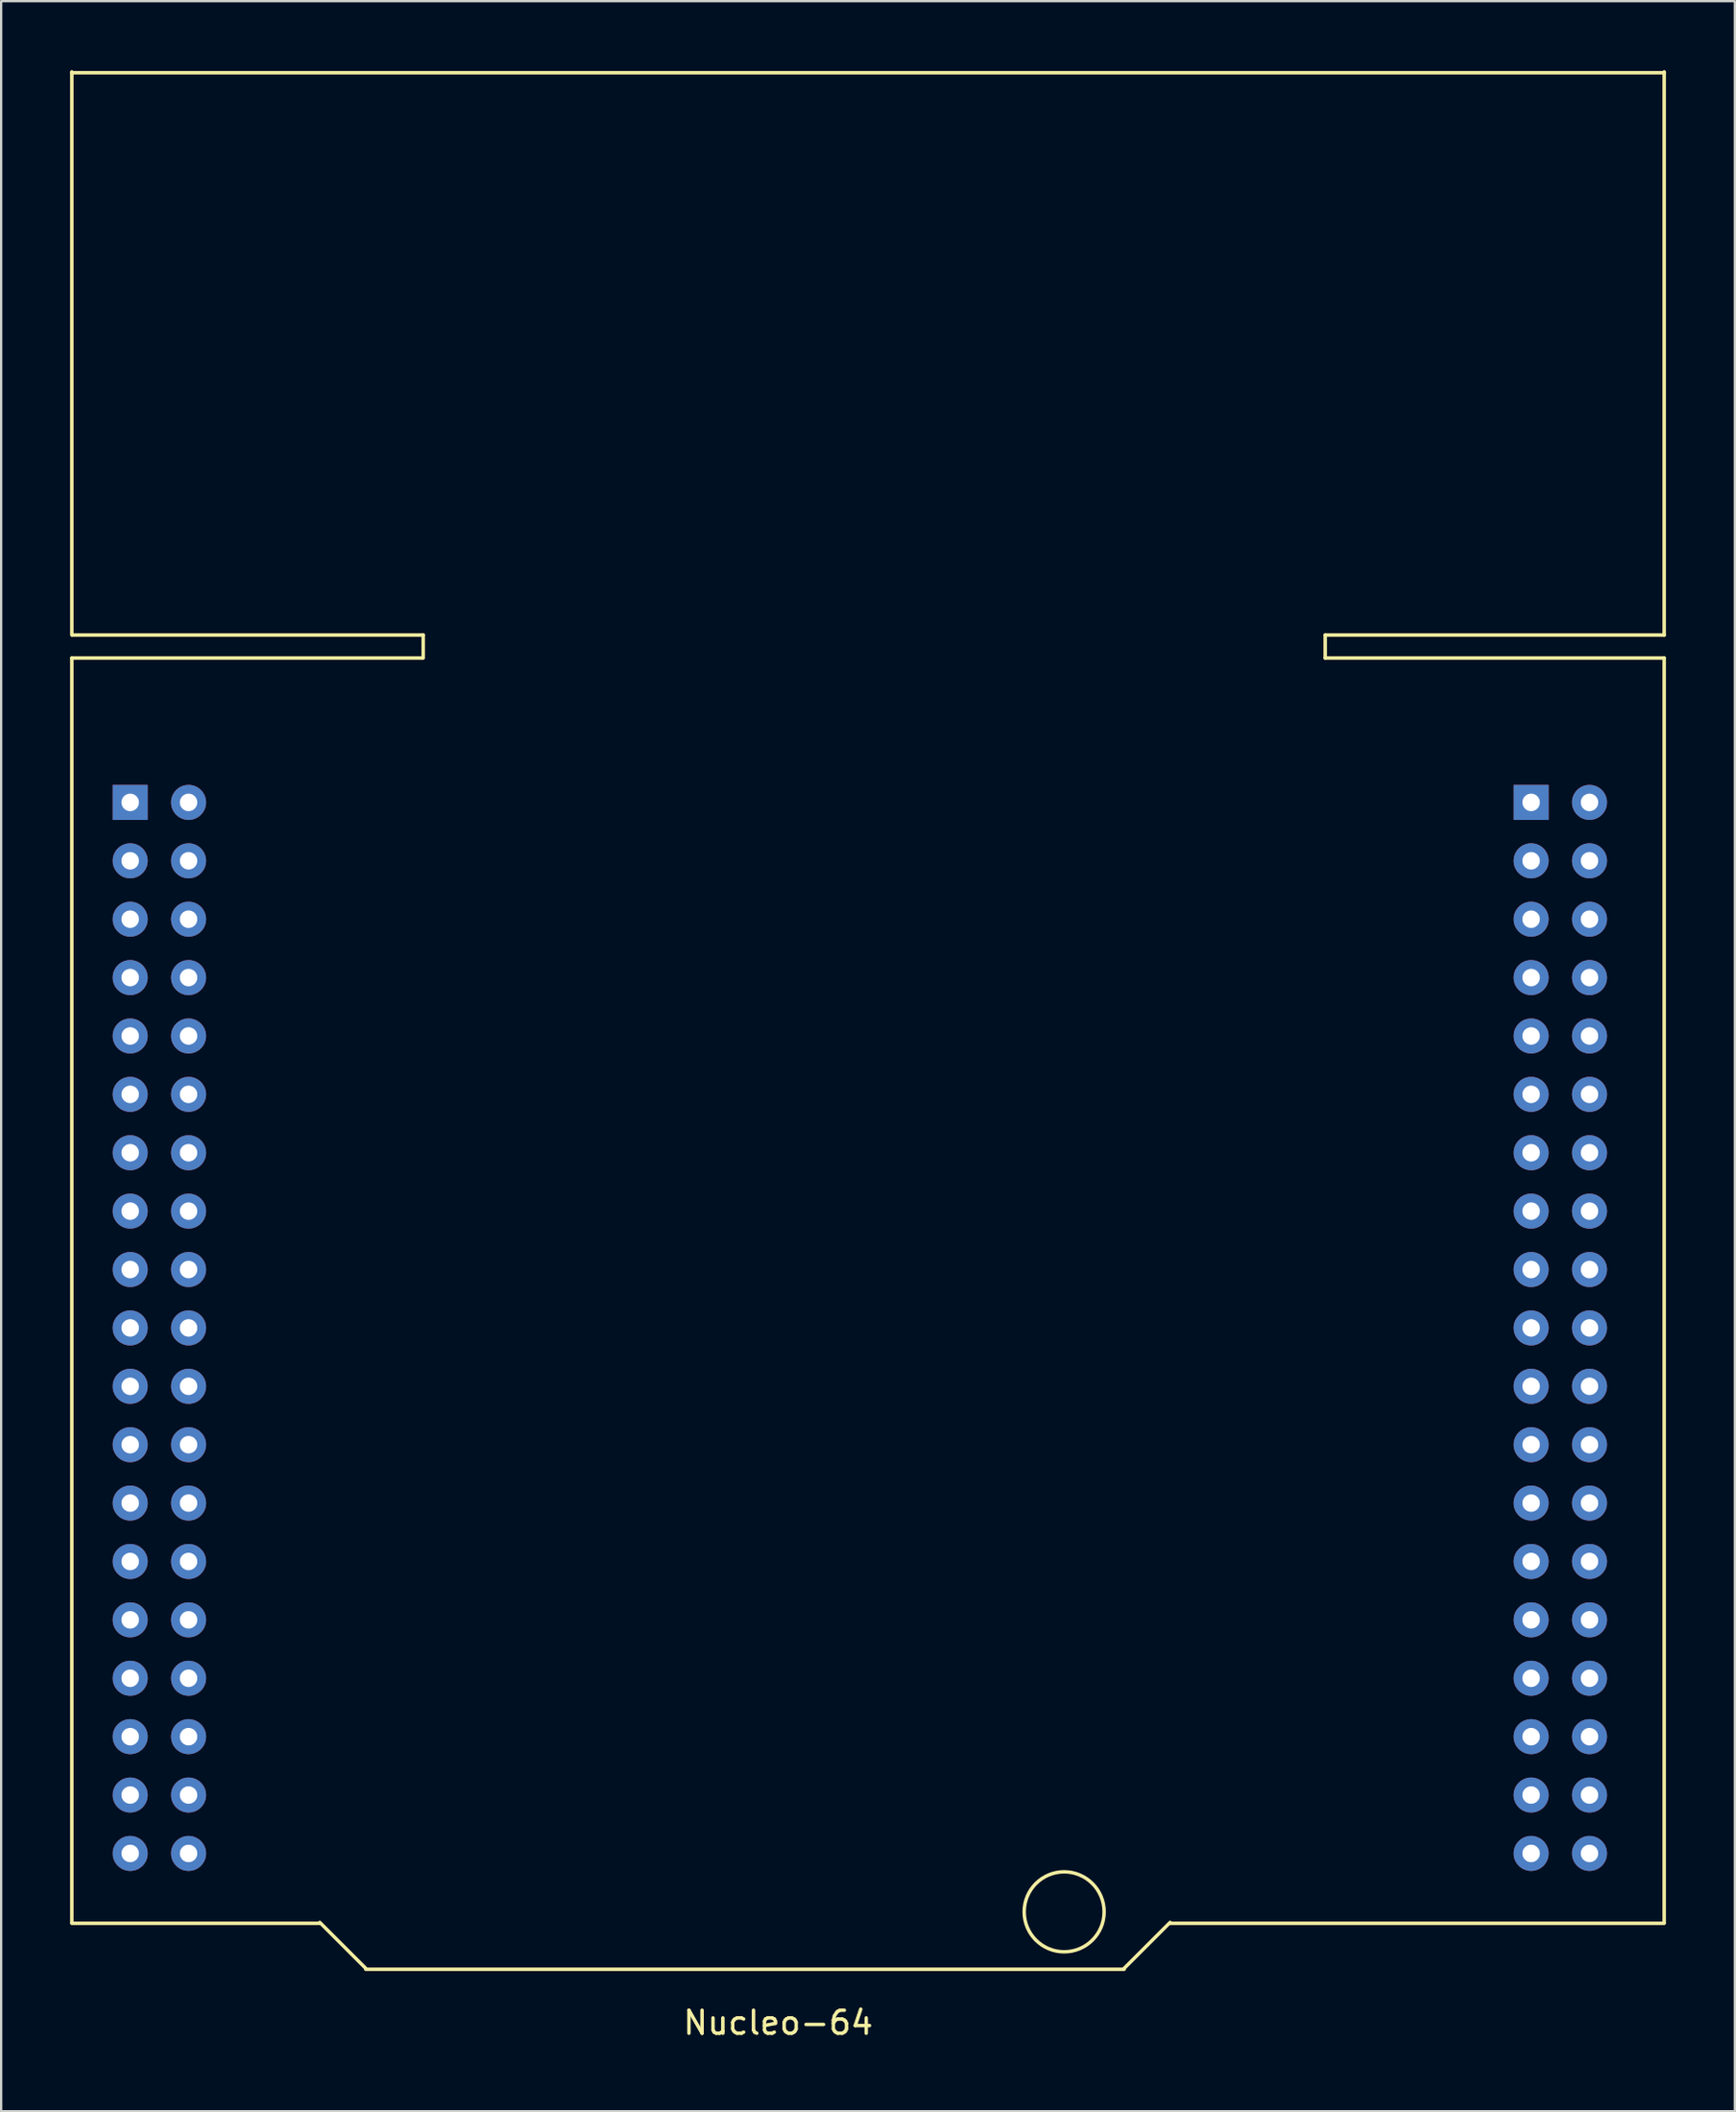
<source format=kicad_pcb>
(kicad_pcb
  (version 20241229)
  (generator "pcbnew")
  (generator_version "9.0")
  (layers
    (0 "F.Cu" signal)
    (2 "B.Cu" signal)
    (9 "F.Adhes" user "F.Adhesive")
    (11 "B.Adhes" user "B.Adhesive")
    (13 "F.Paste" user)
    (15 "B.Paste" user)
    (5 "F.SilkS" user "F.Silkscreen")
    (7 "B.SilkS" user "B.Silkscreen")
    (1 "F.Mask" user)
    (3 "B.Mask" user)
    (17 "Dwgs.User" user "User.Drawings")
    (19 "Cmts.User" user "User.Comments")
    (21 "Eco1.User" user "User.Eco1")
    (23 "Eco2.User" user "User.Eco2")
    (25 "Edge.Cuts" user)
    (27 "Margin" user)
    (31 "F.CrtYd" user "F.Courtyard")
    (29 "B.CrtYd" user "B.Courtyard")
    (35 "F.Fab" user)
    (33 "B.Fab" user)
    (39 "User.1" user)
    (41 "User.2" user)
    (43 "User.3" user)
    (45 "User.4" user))
  (footprint "Nucleo-64"
    (layer "F.Cu")
    (at 2.615 77.575)
    (property "Reference" "Nucleo-64" (at 28.194 7.366 0) (layer "F.SilkS") (effects (font (size 1 1) (thickness 0.15))))
    (attr through_hole)
    (fp_line (start -2.54 -77.5) (end -2.54 -53) (stroke (width 0.15) (type solid)) (layer "F.SilkS"))
    (fp_line (start -2.54 -52) (end -2.54 3) (stroke (width 0.15) (type solid)) (layer "F.SilkS"))
    (fp_line (start -2.54 3.04) (end 8.25 3.04) (stroke (width 0.15) (type solid)) (layer "F.SilkS"))
    (fp_line (start -2.5 -53) (end 12.75 -53) (stroke (width 0.15) (type solid)) (layer "F.SilkS"))
    (fp_line (start 8.25 3) (end 10.25 5) (stroke (width 0.15) (type solid)) (layer "F.SilkS"))
    (fp_line (start 10.25 5.04) (end 43.25 5.04) (stroke (width 0.15) (type solid)) (layer "F.SilkS"))
    (fp_line (start 12.7 -52) (end -2.54 -52) (stroke (width 0.15) (type solid)) (layer "F.SilkS"))
    (fp_line (start 12.75 -53) (end 12.75 -52) (stroke (width 0.15) (type solid)) (layer "F.SilkS"))
    (fp_line (start 43.23 5.02) (end 45.25 3) (stroke (width 0.15) (type solid)) (layer "F.SilkS"))
    (fp_line (start 45.25 3.04) (end 66.75 3.04) (stroke (width 0.15) (type solid)) (layer "F.SilkS"))
    (fp_line (start 52 -53) (end 66.75 -53) (stroke (width 0.15) (type solid)) (layer "F.SilkS"))
    (fp_line (start 52 -52) (end 52 -53) (stroke (width 0.15) (type solid)) (layer "F.SilkS"))
    (fp_line (start 66.75 -53) (end 66.75 -77.5) (stroke (width 0.15) (type solid)) (layer "F.SilkS"))
    (fp_line (start 66.75 -52) (end 52 -52) (stroke (width 0.15) (type solid)) (layer "F.SilkS"))
    (fp_line (start 66.75 3) (end 66.75 -52) (stroke (width 0.15) (type solid)) (layer "F.SilkS"))
    (fp_line (start 66.75 -77.46) (end -2.54 -77.46) (stroke (width 0.15) (type solid)) (layer "F.SilkS"))
    (fp_circle (center 40.64 2.54) (end 41.87 3.77) (stroke (width 0.15) (type solid)) (fill no) (layer "F.SilkS"))
    (pad "1" thru_hole rect (at 0 -45.72) (size 1.524 1.524) (drill 0.762) (layers "*.Cu" "*.Mask"))
    (pad "2" thru_hole circle (at 2.54 -45.72) (size 1.524 1.524) (drill 0.762) (layers "*.Cu" "*.Mask"))
    (pad "3" thru_hole circle (at 0 -43.18) (size 1.524 1.524) (drill 0.762) (layers "*.Cu" "*.Mask"))
    (pad "4" thru_hole circle (at 2.54 -43.18) (size 1.524 1.524) (drill 0.762) (layers "*.Cu" "*.Mask"))
    (pad "5" thru_hole circle (at 0 -40.64) (size 1.524 1.524) (drill 0.762) (layers "*.Cu" "*.Mask"))
    (pad "6" thru_hole circle (at 2.54 -40.64) (size 1.524 1.524) (drill 0.762) (layers "*.Cu" "*.Mask"))
    (pad "7" thru_hole circle (at 0 -38.1) (size 1.524 1.524) (drill 0.762) (layers "*.Cu" "*.Mask"))
    (pad "8" thru_hole circle (at 2.54 -38.1) (size 1.524 1.524) (drill 0.762) (layers "*.Cu" "*.Mask"))
    (pad "9" thru_hole circle (at 0 -35.56) (size 1.524 1.524) (drill 0.762) (layers "*.Cu" "*.Mask"))
    (pad "10" thru_hole circle (at 2.54 -35.56) (size 1.524 1.524) (drill 0.762) (layers "*.Cu" "*.Mask"))
    (pad "11" thru_hole circle (at 0 -33.02) (size 1.524 1.524) (drill 0.762) (layers "*.Cu" "*.Mask"))
    (pad "12" thru_hole circle (at 2.54 -33.02) (size 1.524 1.524) (drill 0.762) (layers "*.Cu" "*.Mask"))
    (pad "13" thru_hole circle (at 0 -30.48) (size 1.524 1.524) (drill 0.762) (layers "*.Cu" "*.Mask"))
    (pad "14" thru_hole circle (at 2.54 -30.48) (size 1.524 1.524) (drill 0.762) (layers "*.Cu" "*.Mask"))
    (pad "15" thru_hole circle (at 0 -27.94) (size 1.524 1.524) (drill 0.762) (layers "*.Cu" "*.Mask"))
    (pad "16" thru_hole circle (at 2.54 -27.94) (size 1.524 1.524) (drill 0.762) (layers "*.Cu" "*.Mask"))
    (pad "17" thru_hole circle (at 0 -25.4) (size 1.524 1.524) (drill 0.762) (layers "*.Cu" "*.Mask"))
    (pad "18" thru_hole circle (at 2.54 -25.4) (size 1.524 1.524) (drill 0.762) (layers "*.Cu" "*.Mask"))
    (pad "19" thru_hole circle (at 0 -22.86) (size 1.524 1.524) (drill 0.762) (layers "*.Cu" "*.Mask"))
    (pad "20" thru_hole circle (at 2.54 -22.86) (size 1.524 1.524) (drill 0.762) (layers "*.Cu" "*.Mask"))
    (pad "21" thru_hole circle (at 0 -20.32) (size 1.524 1.524) (drill 0.762) (layers "*.Cu" "*.Mask"))
    (pad "22" thru_hole circle (at 2.54 -20.32) (size 1.524 1.524) (drill 0.762) (layers "*.Cu" "*.Mask"))
    (pad "23" thru_hole circle (at 0 -17.78) (size 1.524 1.524) (drill 0.762) (layers "*.Cu" "*.Mask"))
    (pad "24" thru_hole circle (at 2.54 -17.78) (size 1.524 1.524) (drill 0.762) (layers "*.Cu" "*.Mask"))
    (pad "25" thru_hole circle (at 0 -15.24) (size 1.524 1.524) (drill 0.762) (layers "*.Cu" "*.Mask"))
    (pad "26" thru_hole circle (at 2.54 -15.24) (size 1.524 1.524) (drill 0.762) (layers "*.Cu" "*.Mask"))
    (pad "27" thru_hole circle (at 0 -12.7) (size 1.524 1.524) (drill 0.762) (layers "*.Cu" "*.Mask"))
    (pad "28" thru_hole circle (at 2.54 -12.7) (size 1.524 1.524) (drill 0.762) (layers "*.Cu" "*.Mask"))
    (pad "29" thru_hole circle (at 0 -10.16) (size 1.524 1.524) (drill 0.762) (layers "*.Cu" "*.Mask"))
    (pad "30" thru_hole circle (at 2.54 -10.16) (size 1.524 1.524) (drill 0.762) (layers "*.Cu" "*.Mask"))
    (pad "31" thru_hole circle (at 0 -7.62) (size 1.524 1.524) (drill 0.762) (layers "*.Cu" "*.Mask"))
    (pad "32" thru_hole circle (at 2.54 -7.62) (size 1.524 1.524) (drill 0.762) (layers "*.Cu" "*.Mask"))
    (pad "33" thru_hole circle (at 0 -5.08) (size 1.524 1.524) (drill 0.762) (layers "*.Cu" "*.Mask"))
    (pad "34" thru_hole circle (at 2.54 -5.08) (size 1.524 1.524) (drill 0.762) (layers "*.Cu" "*.Mask"))
    (pad "35" thru_hole circle (at 0 -2.54) (size 1.524 1.524) (drill 0.762) (layers "*.Cu" "*.Mask"))
    (pad "36" thru_hole circle (at 2.54 -2.54) (size 1.524 1.524) (drill 0.762) (layers "*.Cu" "*.Mask"))
    (pad "37" thru_hole circle (at 0 0) (size 1.524 1.524) (drill 0.762) (layers "*.Cu" "*.Mask"))
    (pad "38" thru_hole circle (at 2.54 0) (size 1.524 1.524) (drill 0.762) (layers "*.Cu" "*.Mask"))
    (pad "39" thru_hole rect (at 60.96 -45.72) (size 1.524 1.524) (drill 0.762) (layers "*.Cu" "*.Mask"))
    (pad "40" thru_hole circle (at 63.5 -45.72) (size 1.524 1.524) (drill 0.762) (layers "*.Cu" "*.Mask"))
    (pad "41" thru_hole circle (at 60.96 -43.18) (size 1.524 1.524) (drill 0.762) (layers "*.Cu" "*.Mask"))
    (pad "42" thru_hole circle (at 63.5 -43.18) (size 1.524 1.524) (drill 0.762) (layers "*.Cu" "*.Mask"))
    (pad "43" thru_hole circle (at 60.96 -40.64) (size 1.524 1.524) (drill 0.762) (layers "*.Cu" "*.Mask"))
    (pad "44" thru_hole circle (at 63.5 -40.64) (size 1.524 1.524) (drill 0.762) (layers "*.Cu" "*.Mask"))
    (pad "45" thru_hole circle (at 60.96 -38.1) (size 1.524 1.524) (drill 0.762) (layers "*.Cu" "*.Mask"))
    (pad "46" thru_hole circle (at 63.5 -38.1) (size 1.524 1.524) (drill 0.762) (layers "*.Cu" "*.Mask"))
    (pad "47" thru_hole circle (at 60.96 -35.56) (size 1.524 1.524) (drill 0.762) (layers "*.Cu" "*.Mask"))
    (pad "48" thru_hole circle (at 63.5 -35.56) (size 1.524 1.524) (drill 0.762) (layers "*.Cu" "*.Mask"))
    (pad "49" thru_hole circle (at 60.96 -33.02) (size 1.524 1.524) (drill 0.762) (layers "*.Cu" "*.Mask"))
    (pad "50" thru_hole circle (at 63.5 -33.02) (size 1.524 1.524) (drill 0.762) (layers "*.Cu" "*.Mask"))
    (pad "51" thru_hole circle (at 60.96 -30.48) (size 1.524 1.524) (drill 0.762) (layers "*.Cu" "*.Mask"))
    (pad "52" thru_hole circle (at 63.5 -30.48) (size 1.524 1.524) (drill 0.762) (layers "*.Cu" "*.Mask"))
    (pad "53" thru_hole circle (at 60.96 -27.94) (size 1.524 1.524) (drill 0.762) (layers "*.Cu" "*.Mask"))
    (pad "54" thru_hole circle (at 63.5 -27.94) (size 1.524 1.524) (drill 0.762) (layers "*.Cu" "*.Mask"))
    (pad "55" thru_hole circle (at 60.96 -25.4) (size 1.524 1.524) (drill 0.762) (layers "*.Cu" "*.Mask"))
    (pad "56" thru_hole circle (at 63.5 -25.4) (size 1.524 1.524) (drill 0.762) (layers "*.Cu" "*.Mask"))
    (pad "57" thru_hole circle (at 60.96 -22.86) (size 1.524 1.524) (drill 0.762) (layers "*.Cu" "*.Mask"))
    (pad "58" thru_hole circle (at 63.5 -22.86) (size 1.524 1.524) (drill 0.762) (layers "*.Cu" "*.Mask"))
    (pad "59" thru_hole circle (at 60.96 -20.32) (size 1.524 1.524) (drill 0.762) (layers "*.Cu" "*.Mask"))
    (pad "60" thru_hole circle (at 63.5 -20.32) (size 1.524 1.524) (drill 0.762) (layers "*.Cu" "*.Mask"))
    (pad "61" thru_hole circle (at 60.96 -17.78) (size 1.524 1.524) (drill 0.762) (layers "*.Cu" "*.Mask"))
    (pad "62" thru_hole circle (at 63.5 -17.78) (size 1.524 1.524) (drill 0.762) (layers "*.Cu" "*.Mask"))
    (pad "63" thru_hole circle (at 60.96 -15.24) (size 1.524 1.524) (drill 0.762) (layers "*.Cu" "*.Mask"))
    (pad "64" thru_hole circle (at 63.5 -15.24) (size 1.524 1.524) (drill 0.762) (layers "*.Cu" "*.Mask"))
    (pad "65" thru_hole circle (at 60.96 -12.7) (size 1.524 1.524) (drill 0.762) (layers "*.Cu" "*.Mask"))
    (pad "66" thru_hole circle (at 63.5 -12.7) (size 1.524 1.524) (drill 0.762) (layers "*.Cu" "*.Mask"))
    (pad "67" thru_hole circle (at 60.96 -10.16) (size 1.524 1.524) (drill 0.762) (layers "*.Cu" "*.Mask"))
    (pad "68" thru_hole circle (at 63.5 -10.16) (size 1.524 1.524) (drill 0.762) (layers "*.Cu" "*.Mask"))
    (pad "69" thru_hole circle (at 60.96 -7.62) (size 1.524 1.524) (drill 0.762) (layers "*.Cu" "*.Mask"))
    (pad "70" thru_hole circle (at 63.5 -7.62) (size 1.524 1.524) (drill 0.762) (layers "*.Cu" "*.Mask"))
    (pad "71" thru_hole circle (at 60.96 -5.08) (size 1.524 1.524) (drill 0.762) (layers "*.Cu" "*.Mask"))
    (pad "72" thru_hole circle (at 63.5 -5.08) (size 1.524 1.524) (drill 0.762) (layers "*.Cu" "*.Mask"))
    (pad "73" thru_hole circle (at 60.96 -2.54) (size 1.524 1.524) (drill 0.762) (layers "*.Cu" "*.Mask"))
    (pad "74" thru_hole circle (at 63.5 -2.54) (size 1.524 1.524) (drill 0.762) (layers "*.Cu" "*.Mask"))
    (pad "75" thru_hole circle (at 60.96 0) (size 1.524 1.524) (drill 0.762) (layers "*.Cu" "*.Mask"))
    (pad "76" thru_hole circle (at 63.5 0) (size 1.524 1.524) (drill 0.762) (layers "*.Cu" "*.Mask")))
  (gr_rect
    (start -3 -3)
    (end 72.44 88.789)
    (stroke (width 0.1) (type default))
    (fill no)
    (layer "Edge.Cuts")))
</source>
